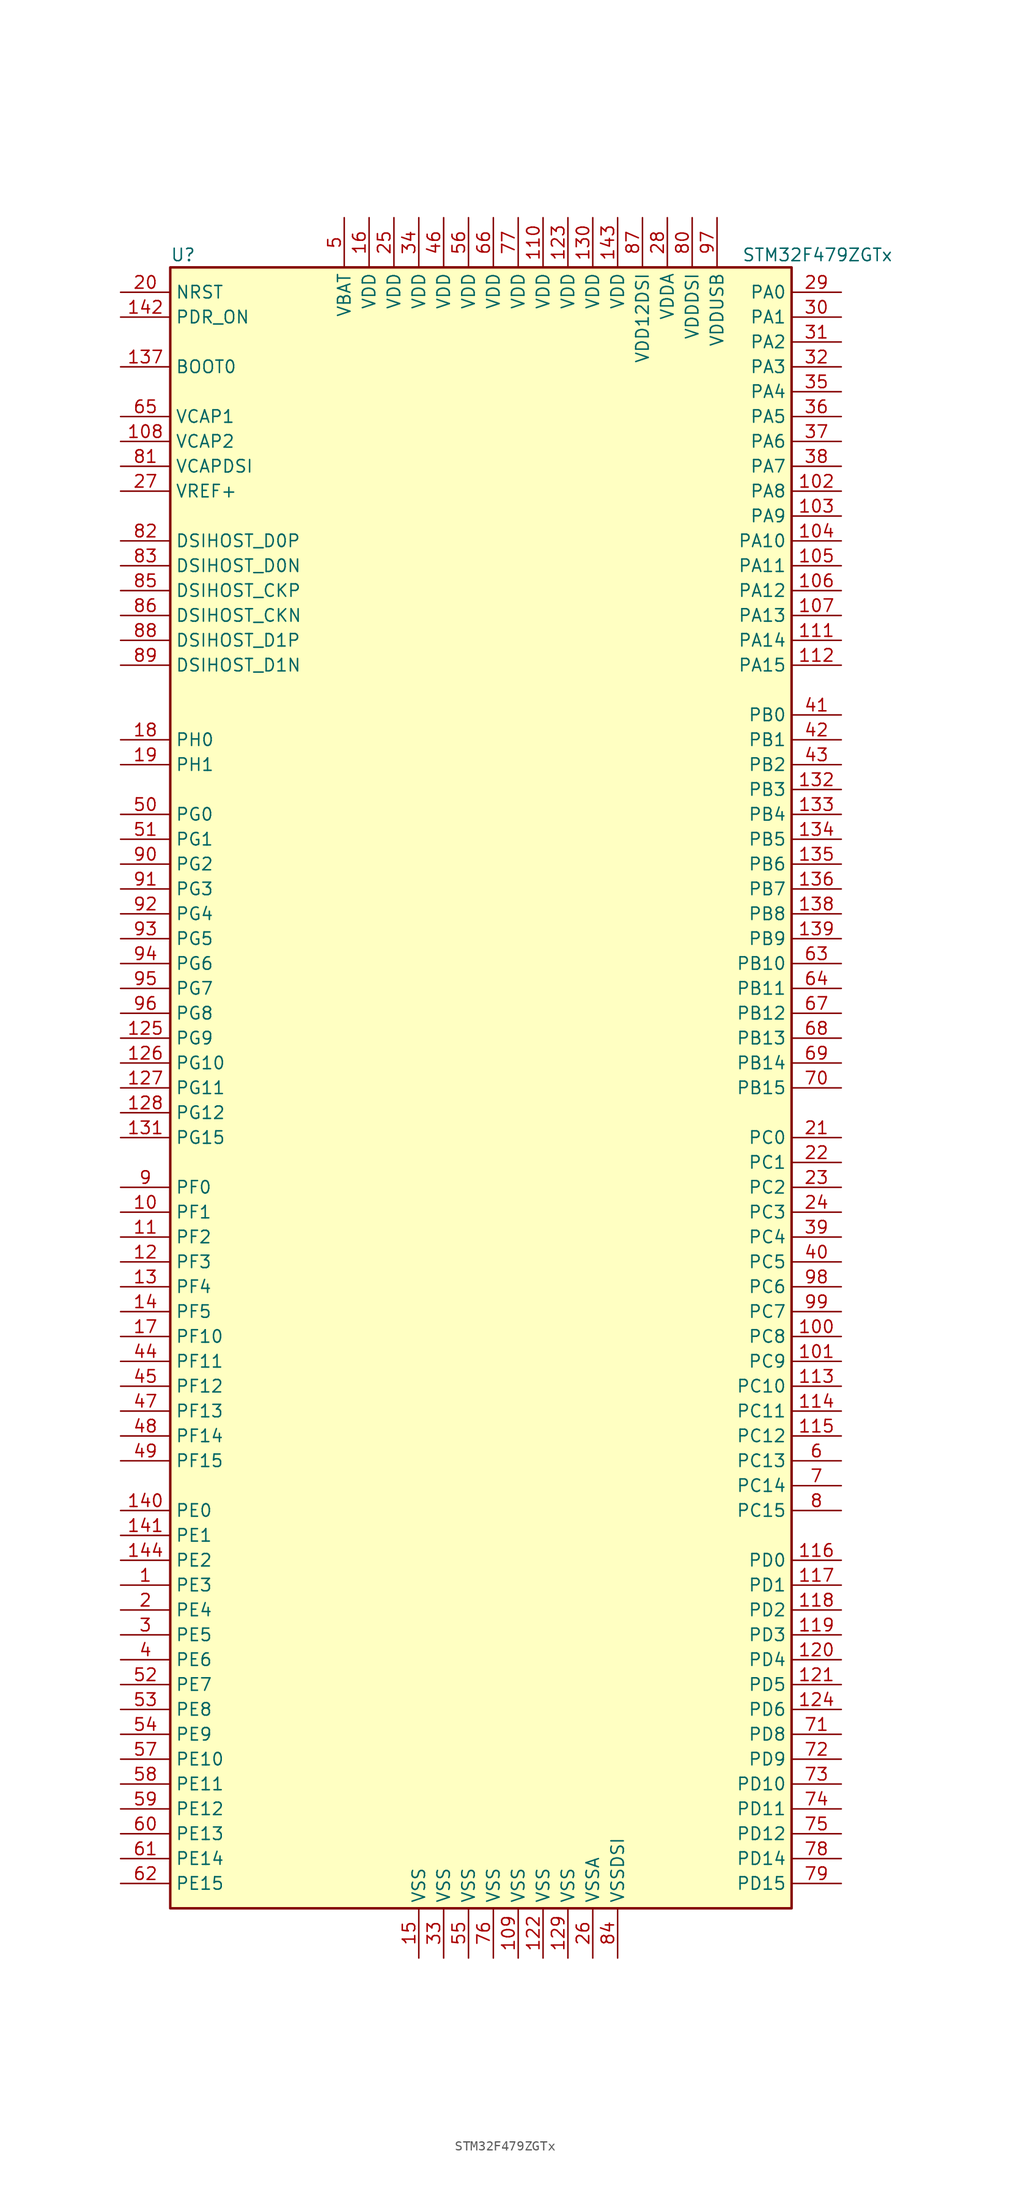
<source format=kicad_sym>
(kicad_symbol_lib
  (version 20201005)
  (generator kicad_symbol_editor)
  (symbol "MCU_ST_STM32F4:STM32F479ZGTx"
    (property "Reference" "U"
      (at -33.02 85.09 0)
      (effects (font (size 1.27 1.27)) (justify left)))
    (property "Value" "STM32F479ZGTx"
      (at 25.4 85.09 0)
      (effects (font (size 1.27 1.27)) (justify left)))
    (symbol "STM32F479ZGTx_0_1"
      (rectangle (start -33.02 -83.82) (end 30.48 83.82) (stroke (width 0.254)) (fill (type background))))
    (symbol "STM32F479ZGTx_1_1"
      (pin input line (at -38.1 73.66 0) (length 5.08) (name "BOOT0" (effects (font (size 1.27 1.27)))) (number "137" (effects (font (size 1.27 1.27)))))
      (pin bidirectional line (at -38.1 48.26 0) (length 5.08) (name "DSIHOST_CKN" (effects (font (size 1.27 1.27)))) (number "86" (effects (font (size 1.27 1.27)))))
      (pin bidirectional line (at -38.1 50.8 0) (length 5.08) (name "DSIHOST_CKP" (effects (font (size 1.27 1.27)))) (number "85" (effects (font (size 1.27 1.27)))))
      (pin bidirectional line (at -38.1 53.34 0) (length 5.08) (name "DSIHOST_D0N" (effects (font (size 1.27 1.27)))) (number "83" (effects (font (size 1.27 1.27)))))
      (pin bidirectional line (at -38.1 55.88 0) (length 5.08) (name "DSIHOST_D0P" (effects (font (size 1.27 1.27)))) (number "82" (effects (font (size 1.27 1.27)))))
      (pin bidirectional line (at -38.1 43.18 0) (length 5.08) (name "DSIHOST_D1N" (effects (font (size 1.27 1.27)))) (number "89" (effects (font (size 1.27 1.27)))))
      (pin bidirectional line (at -38.1 45.72 0) (length 5.08) (name "DSIHOST_D1P" (effects (font (size 1.27 1.27)))) (number "88" (effects (font (size 1.27 1.27)))))
      (pin input line (at -38.1 81.28 0) (length 5.08) (name "NRST" (effects (font (size 1.27 1.27)))) (number "20" (effects (font (size 1.27 1.27)))))
      (pin bidirectional line (at 35.56 81.28 180) (length 5.08) (name "PA0" (effects (font (size 1.27 1.27)))) (number "29" (effects (font (size 1.27 1.27)))))
      (pin bidirectional line (at 35.56 78.74 180) (length 5.08) (name "PA1" (effects (font (size 1.27 1.27)))) (number "30" (effects (font (size 1.27 1.27)))))
      (pin bidirectional line (at 35.56 55.88 180) (length 5.08) (name "PA10" (effects (font (size 1.27 1.27)))) (number "104" (effects (font (size 1.27 1.27)))))
      (pin bidirectional line (at 35.56 53.34 180) (length 5.08) (name "PA11" (effects (font (size 1.27 1.27)))) (number "105" (effects (font (size 1.27 1.27)))))
      (pin bidirectional line (at 35.56 50.8 180) (length 5.08) (name "PA12" (effects (font (size 1.27 1.27)))) (number "106" (effects (font (size 1.27 1.27)))))
      (pin bidirectional line (at 35.56 48.26 180) (length 5.08) (name "PA13" (effects (font (size 1.27 1.27)))) (number "107" (effects (font (size 1.27 1.27)))))
      (pin bidirectional line (at 35.56 45.72 180) (length 5.08) (name "PA14" (effects (font (size 1.27 1.27)))) (number "111" (effects (font (size 1.27 1.27)))))
      (pin bidirectional line (at 35.56 43.18 180) (length 5.08) (name "PA15" (effects (font (size 1.27 1.27)))) (number "112" (effects (font (size 1.27 1.27)))))
      (pin bidirectional line (at 35.56 76.2 180) (length 5.08) (name "PA2" (effects (font (size 1.27 1.27)))) (number "31" (effects (font (size 1.27 1.27)))))
      (pin bidirectional line (at 35.56 73.66 180) (length 5.08) (name "PA3" (effects (font (size 1.27 1.27)))) (number "32" (effects (font (size 1.27 1.27)))))
      (pin bidirectional line (at 35.56 71.12 180) (length 5.08) (name "PA4" (effects (font (size 1.27 1.27)))) (number "35" (effects (font (size 1.27 1.27)))))
      (pin bidirectional line (at 35.56 68.58 180) (length 5.08) (name "PA5" (effects (font (size 1.27 1.27)))) (number "36" (effects (font (size 1.27 1.27)))))
      (pin bidirectional line (at 35.56 66.04 180) (length 5.08) (name "PA6" (effects (font (size 1.27 1.27)))) (number "37" (effects (font (size 1.27 1.27)))))
      (pin bidirectional line (at 35.56 63.5 180) (length 5.08) (name "PA7" (effects (font (size 1.27 1.27)))) (number "38" (effects (font (size 1.27 1.27)))))
      (pin bidirectional line (at 35.56 60.96 180) (length 5.08) (name "PA8" (effects (font (size 1.27 1.27)))) (number "102" (effects (font (size 1.27 1.27)))))
      (pin bidirectional line (at 35.56 58.42 180) (length 5.08) (name "PA9" (effects (font (size 1.27 1.27)))) (number "103" (effects (font (size 1.27 1.27)))))
      (pin bidirectional line (at 35.56 38.1 180) (length 5.08) (name "PB0" (effects (font (size 1.27 1.27)))) (number "41" (effects (font (size 1.27 1.27)))))
      (pin bidirectional line (at 35.56 35.56 180) (length 5.08) (name "PB1" (effects (font (size 1.27 1.27)))) (number "42" (effects (font (size 1.27 1.27)))))
      (pin bidirectional line (at 35.56 12.7 180) (length 5.08) (name "PB10" (effects (font (size 1.27 1.27)))) (number "63" (effects (font (size 1.27 1.27)))))
      (pin bidirectional line (at 35.56 10.16 180) (length 5.08) (name "PB11" (effects (font (size 1.27 1.27)))) (number "64" (effects (font (size 1.27 1.27)))))
      (pin bidirectional line (at 35.56 7.62 180) (length 5.08) (name "PB12" (effects (font (size 1.27 1.27)))) (number "67" (effects (font (size 1.27 1.27)))))
      (pin bidirectional line (at 35.56 5.08 180) (length 5.08) (name "PB13" (effects (font (size 1.27 1.27)))) (number "68" (effects (font (size 1.27 1.27)))))
      (pin bidirectional line (at 35.56 2.54 180) (length 5.08) (name "PB14" (effects (font (size 1.27 1.27)))) (number "69" (effects (font (size 1.27 1.27)))))
      (pin bidirectional line (at 35.56 0 180) (length 5.08) (name "PB15" (effects (font (size 1.27 1.27)))) (number "70" (effects (font (size 1.27 1.27)))))
      (pin bidirectional line (at 35.56 33.02 180) (length 5.08) (name "PB2" (effects (font (size 1.27 1.27)))) (number "43" (effects (font (size 1.27 1.27)))))
      (pin bidirectional line (at 35.56 30.48 180) (length 5.08) (name "PB3" (effects (font (size 1.27 1.27)))) (number "132" (effects (font (size 1.27 1.27)))))
      (pin bidirectional line (at 35.56 27.94 180) (length 5.08) (name "PB4" (effects (font (size 1.27 1.27)))) (number "133" (effects (font (size 1.27 1.27)))))
      (pin bidirectional line (at 35.56 25.4 180) (length 5.08) (name "PB5" (effects (font (size 1.27 1.27)))) (number "134" (effects (font (size 1.27 1.27)))))
      (pin bidirectional line (at 35.56 22.86 180) (length 5.08) (name "PB6" (effects (font (size 1.27 1.27)))) (number "135" (effects (font (size 1.27 1.27)))))
      (pin bidirectional line (at 35.56 20.32 180) (length 5.08) (name "PB7" (effects (font (size 1.27 1.27)))) (number "136" (effects (font (size 1.27 1.27)))))
      (pin bidirectional line (at 35.56 17.78 180) (length 5.08) (name "PB8" (effects (font (size 1.27 1.27)))) (number "138" (effects (font (size 1.27 1.27)))))
      (pin bidirectional line (at 35.56 15.24 180) (length 5.08) (name "PB9" (effects (font (size 1.27 1.27)))) (number "139" (effects (font (size 1.27 1.27)))))
      (pin bidirectional line (at 35.56 -5.08 180) (length 5.08) (name "PC0" (effects (font (size 1.27 1.27)))) (number "21" (effects (font (size 1.27 1.27)))))
      (pin bidirectional line (at 35.56 -7.62 180) (length 5.08) (name "PC1" (effects (font (size 1.27 1.27)))) (number "22" (effects (font (size 1.27 1.27)))))
      (pin bidirectional line (at 35.56 -30.48 180) (length 5.08) (name "PC10" (effects (font (size 1.27 1.27)))) (number "113" (effects (font (size 1.27 1.27)))))
      (pin bidirectional line (at 35.56 -33.02 180) (length 5.08) (name "PC11" (effects (font (size 1.27 1.27)))) (number "114" (effects (font (size 1.27 1.27)))))
      (pin bidirectional line (at 35.56 -35.56 180) (length 5.08) (name "PC12" (effects (font (size 1.27 1.27)))) (number "115" (effects (font (size 1.27 1.27)))))
      (pin bidirectional line (at 35.56 -38.1 180) (length 5.08) (name "PC13" (effects (font (size 1.27 1.27)))) (number "6" (effects (font (size 1.27 1.27)))))
      (pin bidirectional line (at 35.56 -40.64 180) (length 5.08) (name "PC14" (effects (font (size 1.27 1.27)))) (number "7" (effects (font (size 1.27 1.27)))))
      (pin bidirectional line (at 35.56 -43.18 180) (length 5.08) (name "PC15" (effects (font (size 1.27 1.27)))) (number "8" (effects (font (size 1.27 1.27)))))
      (pin bidirectional line (at 35.56 -10.16 180) (length 5.08) (name "PC2" (effects (font (size 1.27 1.27)))) (number "23" (effects (font (size 1.27 1.27)))))
      (pin bidirectional line (at 35.56 -12.7 180) (length 5.08) (name "PC3" (effects (font (size 1.27 1.27)))) (number "24" (effects (font (size 1.27 1.27)))))
      (pin bidirectional line (at 35.56 -15.24 180) (length 5.08) (name "PC4" (effects (font (size 1.27 1.27)))) (number "39" (effects (font (size 1.27 1.27)))))
      (pin bidirectional line (at 35.56 -17.78 180) (length 5.08) (name "PC5" (effects (font (size 1.27 1.27)))) (number "40" (effects (font (size 1.27 1.27)))))
      (pin bidirectional line (at 35.56 -20.32 180) (length 5.08) (name "PC6" (effects (font (size 1.27 1.27)))) (number "98" (effects (font (size 1.27 1.27)))))
      (pin bidirectional line (at 35.56 -22.86 180) (length 5.08) (name "PC7" (effects (font (size 1.27 1.27)))) (number "99" (effects (font (size 1.27 1.27)))))
      (pin bidirectional line (at 35.56 -25.4 180) (length 5.08) (name "PC8" (effects (font (size 1.27 1.27)))) (number "100" (effects (font (size 1.27 1.27)))))
      (pin bidirectional line (at 35.56 -27.94 180) (length 5.08) (name "PC9" (effects (font (size 1.27 1.27)))) (number "101" (effects (font (size 1.27 1.27)))))
      (pin bidirectional line (at 35.56 -48.26 180) (length 5.08) (name "PD0" (effects (font (size 1.27 1.27)))) (number "116" (effects (font (size 1.27 1.27)))))
      (pin bidirectional line (at 35.56 -50.8 180) (length 5.08) (name "PD1" (effects (font (size 1.27 1.27)))) (number "117" (effects (font (size 1.27 1.27)))))
      (pin bidirectional line (at 35.56 -71.12 180) (length 5.08) (name "PD10" (effects (font (size 1.27 1.27)))) (number "73" (effects (font (size 1.27 1.27)))))
      (pin bidirectional line (at 35.56 -73.66 180) (length 5.08) (name "PD11" (effects (font (size 1.27 1.27)))) (number "74" (effects (font (size 1.27 1.27)))))
      (pin bidirectional line (at 35.56 -76.2 180) (length 5.08) (name "PD12" (effects (font (size 1.27 1.27)))) (number "75" (effects (font (size 1.27 1.27)))))
      (pin bidirectional line (at 35.56 -78.74 180) (length 5.08) (name "PD14" (effects (font (size 1.27 1.27)))) (number "78" (effects (font (size 1.27 1.27)))))
      (pin bidirectional line (at 35.56 -81.28 180) (length 5.08) (name "PD15" (effects (font (size 1.27 1.27)))) (number "79" (effects (font (size 1.27 1.27)))))
      (pin bidirectional line (at 35.56 -53.34 180) (length 5.08) (name "PD2" (effects (font (size 1.27 1.27)))) (number "118" (effects (font (size 1.27 1.27)))))
      (pin bidirectional line (at 35.56 -55.88 180) (length 5.08) (name "PD3" (effects (font (size 1.27 1.27)))) (number "119" (effects (font (size 1.27 1.27)))))
      (pin bidirectional line (at 35.56 -58.42 180) (length 5.08) (name "PD4" (effects (font (size 1.27 1.27)))) (number "120" (effects (font (size 1.27 1.27)))))
      (pin bidirectional line (at 35.56 -60.96 180) (length 5.08) (name "PD5" (effects (font (size 1.27 1.27)))) (number "121" (effects (font (size 1.27 1.27)))))
      (pin bidirectional line (at 35.56 -63.5 180) (length 5.08) (name "PD6" (effects (font (size 1.27 1.27)))) (number "124" (effects (font (size 1.27 1.27)))))
      (pin bidirectional line (at 35.56 -66.04 180) (length 5.08) (name "PD8" (effects (font (size 1.27 1.27)))) (number "71" (effects (font (size 1.27 1.27)))))
      (pin bidirectional line (at 35.56 -68.58 180) (length 5.08) (name "PD9" (effects (font (size 1.27 1.27)))) (number "72" (effects (font (size 1.27 1.27)))))
      (pin input line (at -38.1 78.74 0) (length 5.08) (name "PDR_ON" (effects (font (size 1.27 1.27)))) (number "142" (effects (font (size 1.27 1.27)))))
      (pin bidirectional line (at -38.1 -43.18 0) (length 5.08) (name "PE0" (effects (font (size 1.27 1.27)))) (number "140" (effects (font (size 1.27 1.27)))))
      (pin bidirectional line (at -38.1 -45.72 0) (length 5.08) (name "PE1" (effects (font (size 1.27 1.27)))) (number "141" (effects (font (size 1.27 1.27)))))
      (pin bidirectional line (at -38.1 -68.58 0) (length 5.08) (name "PE10" (effects (font (size 1.27 1.27)))) (number "57" (effects (font (size 1.27 1.27)))))
      (pin bidirectional line (at -38.1 -71.12 0) (length 5.08) (name "PE11" (effects (font (size 1.27 1.27)))) (number "58" (effects (font (size 1.27 1.27)))))
      (pin bidirectional line (at -38.1 -73.66 0) (length 5.08) (name "PE12" (effects (font (size 1.27 1.27)))) (number "59" (effects (font (size 1.27 1.27)))))
      (pin bidirectional line (at -38.1 -76.2 0) (length 5.08) (name "PE13" (effects (font (size 1.27 1.27)))) (number "60" (effects (font (size 1.27 1.27)))))
      (pin bidirectional line (at -38.1 -78.74 0) (length 5.08) (name "PE14" (effects (font (size 1.27 1.27)))) (number "61" (effects (font (size 1.27 1.27)))))
      (pin bidirectional line (at -38.1 -81.28 0) (length 5.08) (name "PE15" (effects (font (size 1.27 1.27)))) (number "62" (effects (font (size 1.27 1.27)))))
      (pin bidirectional line (at -38.1 -48.26 0) (length 5.08) (name "PE2" (effects (font (size 1.27 1.27)))) (number "144" (effects (font (size 1.27 1.27)))))
      (pin bidirectional line (at -38.1 -50.8 0) (length 5.08) (name "PE3" (effects (font (size 1.27 1.27)))) (number "1" (effects (font (size 1.27 1.27)))))
      (pin bidirectional line (at -38.1 -53.34 0) (length 5.08) (name "PE4" (effects (font (size 1.27 1.27)))) (number "2" (effects (font (size 1.27 1.27)))))
      (pin bidirectional line (at -38.1 -55.88 0) (length 5.08) (name "PE5" (effects (font (size 1.27 1.27)))) (number "3" (effects (font (size 1.27 1.27)))))
      (pin bidirectional line (at -38.1 -58.42 0) (length 5.08) (name "PE6" (effects (font (size 1.27 1.27)))) (number "4" (effects (font (size 1.27 1.27)))))
      (pin bidirectional line (at -38.1 -60.96 0) (length 5.08) (name "PE7" (effects (font (size 1.27 1.27)))) (number "52" (effects (font (size 1.27 1.27)))))
      (pin bidirectional line (at -38.1 -63.5 0) (length 5.08) (name "PE8" (effects (font (size 1.27 1.27)))) (number "53" (effects (font (size 1.27 1.27)))))
      (pin bidirectional line (at -38.1 -66.04 0) (length 5.08) (name "PE9" (effects (font (size 1.27 1.27)))) (number "54" (effects (font (size 1.27 1.27)))))
      (pin bidirectional line (at -38.1 -10.16 0) (length 5.08) (name "PF0" (effects (font (size 1.27 1.27)))) (number "9" (effects (font (size 1.27 1.27)))))
      (pin bidirectional line (at -38.1 -12.7 0) (length 5.08) (name "PF1" (effects (font (size 1.27 1.27)))) (number "10" (effects (font (size 1.27 1.27)))))
      (pin bidirectional line (at -38.1 -25.4 0) (length 5.08) (name "PF10" (effects (font (size 1.27 1.27)))) (number "17" (effects (font (size 1.27 1.27)))))
      (pin bidirectional line (at -38.1 -27.94 0) (length 5.08) (name "PF11" (effects (font (size 1.27 1.27)))) (number "44" (effects (font (size 1.27 1.27)))))
      (pin bidirectional line (at -38.1 -30.48 0) (length 5.08) (name "PF12" (effects (font (size 1.27 1.27)))) (number "45" (effects (font (size 1.27 1.27)))))
      (pin bidirectional line (at -38.1 -33.02 0) (length 5.08) (name "PF13" (effects (font (size 1.27 1.27)))) (number "47" (effects (font (size 1.27 1.27)))))
      (pin bidirectional line (at -38.1 -35.56 0) (length 5.08) (name "PF14" (effects (font (size 1.27 1.27)))) (number "48" (effects (font (size 1.27 1.27)))))
      (pin bidirectional line (at -38.1 -38.1 0) (length 5.08) (name "PF15" (effects (font (size 1.27 1.27)))) (number "49" (effects (font (size 1.27 1.27)))))
      (pin bidirectional line (at -38.1 -15.24 0) (length 5.08) (name "PF2" (effects (font (size 1.27 1.27)))) (number "11" (effects (font (size 1.27 1.27)))))
      (pin bidirectional line (at -38.1 -17.78 0) (length 5.08) (name "PF3" (effects (font (size 1.27 1.27)))) (number "12" (effects (font (size 1.27 1.27)))))
      (pin bidirectional line (at -38.1 -20.32 0) (length 5.08) (name "PF4" (effects (font (size 1.27 1.27)))) (number "13" (effects (font (size 1.27 1.27)))))
      (pin bidirectional line (at -38.1 -22.86 0) (length 5.08) (name "PF5" (effects (font (size 1.27 1.27)))) (number "14" (effects (font (size 1.27 1.27)))))
      (pin bidirectional line (at -38.1 27.94 0) (length 5.08) (name "PG0" (effects (font (size 1.27 1.27)))) (number "50" (effects (font (size 1.27 1.27)))))
      (pin bidirectional line (at -38.1 25.4 0) (length 5.08) (name "PG1" (effects (font (size 1.27 1.27)))) (number "51" (effects (font (size 1.27 1.27)))))
      (pin bidirectional line (at -38.1 2.54 0) (length 5.08) (name "PG10" (effects (font (size 1.27 1.27)))) (number "126" (effects (font (size 1.27 1.27)))))
      (pin bidirectional line (at -38.1 0 0) (length 5.08) (name "PG11" (effects (font (size 1.27 1.27)))) (number "127" (effects (font (size 1.27 1.27)))))
      (pin bidirectional line (at -38.1 -2.54 0) (length 5.08) (name "PG12" (effects (font (size 1.27 1.27)))) (number "128" (effects (font (size 1.27 1.27)))))
      (pin bidirectional line (at -38.1 -5.08 0) (length 5.08) (name "PG15" (effects (font (size 1.27 1.27)))) (number "131" (effects (font (size 1.27 1.27)))))
      (pin bidirectional line (at -38.1 22.86 0) (length 5.08) (name "PG2" (effects (font (size 1.27 1.27)))) (number "90" (effects (font (size 1.27 1.27)))))
      (pin bidirectional line (at -38.1 20.32 0) (length 5.08) (name "PG3" (effects (font (size 1.27 1.27)))) (number "91" (effects (font (size 1.27 1.27)))))
      (pin bidirectional line (at -38.1 17.78 0) (length 5.08) (name "PG4" (effects (font (size 1.27 1.27)))) (number "92" (effects (font (size 1.27 1.27)))))
      (pin bidirectional line (at -38.1 15.24 0) (length 5.08) (name "PG5" (effects (font (size 1.27 1.27)))) (number "93" (effects (font (size 1.27 1.27)))))
      (pin bidirectional line (at -38.1 12.7 0) (length 5.08) (name "PG6" (effects (font (size 1.27 1.27)))) (number "94" (effects (font (size 1.27 1.27)))))
      (pin bidirectional line (at -38.1 10.16 0) (length 5.08) (name "PG7" (effects (font (size 1.27 1.27)))) (number "95" (effects (font (size 1.27 1.27)))))
      (pin bidirectional line (at -38.1 7.62 0) (length 5.08) (name "PG8" (effects (font (size 1.27 1.27)))) (number "96" (effects (font (size 1.27 1.27)))))
      (pin bidirectional line (at -38.1 5.08 0) (length 5.08) (name "PG9" (effects (font (size 1.27 1.27)))) (number "125" (effects (font (size 1.27 1.27)))))
      (pin input line (at -38.1 35.56 0) (length 5.08) (name "PH0" (effects (font (size 1.27 1.27)))) (number "18" (effects (font (size 1.27 1.27)))))
      (pin input line (at -38.1 33.02 0) (length 5.08) (name "PH1" (effects (font (size 1.27 1.27)))) (number "19" (effects (font (size 1.27 1.27)))))
      (pin power_in line (at -15.24 88.9 270) (length 5.08) (name "VBAT" (effects (font (size 1.27 1.27)))) (number "5" (effects (font (size 1.27 1.27)))))
      (pin power_in line (at -38.1 68.58 0) (length 5.08) (name "VCAP1" (effects (font (size 1.27 1.27)))) (number "65" (effects (font (size 1.27 1.27)))))
      (pin power_in line (at -38.1 66.04 0) (length 5.08) (name "VCAP2" (effects (font (size 1.27 1.27)))) (number "108" (effects (font (size 1.27 1.27)))))
      (pin power_in line (at -38.1 63.5 0) (length 5.08) (name "VCAPDSI" (effects (font (size 1.27 1.27)))) (number "81" (effects (font (size 1.27 1.27)))))
      (pin power_in line (at 5.08 88.9 270) (length 5.08) (name "VDD" (effects (font (size 1.27 1.27)))) (number "110" (effects (font (size 1.27 1.27)))))
      (pin power_in line (at 7.62 88.9 270) (length 5.08) (name "VDD" (effects (font (size 1.27 1.27)))) (number "123" (effects (font (size 1.27 1.27)))))
      (pin power_in line (at 10.16 88.9 270) (length 5.08) (name "VDD" (effects (font (size 1.27 1.27)))) (number "130" (effects (font (size 1.27 1.27)))))
      (pin power_in line (at 12.7 88.9 270) (length 5.08) (name "VDD" (effects (font (size 1.27 1.27)))) (number "143" (effects (font (size 1.27 1.27)))))
      (pin power_in line (at -12.7 88.9 270) (length 5.08) (name "VDD" (effects (font (size 1.27 1.27)))) (number "16" (effects (font (size 1.27 1.27)))))
      (pin power_in line (at -10.16 88.9 270) (length 5.08) (name "VDD" (effects (font (size 1.27 1.27)))) (number "25" (effects (font (size 1.27 1.27)))))
      (pin power_in line (at -7.62 88.9 270) (length 5.08) (name "VDD" (effects (font (size 1.27 1.27)))) (number "34" (effects (font (size 1.27 1.27)))))
      (pin power_in line (at -5.08 88.9 270) (length 5.08) (name "VDD" (effects (font (size 1.27 1.27)))) (number "46" (effects (font (size 1.27 1.27)))))
      (pin power_in line (at -2.54 88.9 270) (length 5.08) (name "VDD" (effects (font (size 1.27 1.27)))) (number "56" (effects (font (size 1.27 1.27)))))
      (pin power_in line (at 0 88.9 270) (length 5.08) (name "VDD" (effects (font (size 1.27 1.27)))) (number "66" (effects (font (size 1.27 1.27)))))
      (pin power_in line (at 2.54 88.9 270) (length 5.08) (name "VDD" (effects (font (size 1.27 1.27)))) (number "77" (effects (font (size 1.27 1.27)))))
      (pin power_in line (at 15.24 88.9 270) (length 5.08) (name "VDD12DSI" (effects (font (size 1.27 1.27)))) (number "87" (effects (font (size 1.27 1.27)))))
      (pin power_in line (at 17.78 88.9 270) (length 5.08) (name "VDDA" (effects (font (size 1.27 1.27)))) (number "28" (effects (font (size 1.27 1.27)))))
      (pin power_in line (at 20.32 88.9 270) (length 5.08) (name "VDDDSI" (effects (font (size 1.27 1.27)))) (number "80" (effects (font (size 1.27 1.27)))))
      (pin power_in line (at 22.86 88.9 270) (length 5.08) (name "VDDUSB" (effects (font (size 1.27 1.27)))) (number "97" (effects (font (size 1.27 1.27)))))
      (pin power_in line (at -38.1 60.96 0) (length 5.08) (name "VREF+" (effects (font (size 1.27 1.27)))) (number "27" (effects (font (size 1.27 1.27)))))
      (pin power_in line (at 2.54 -88.9 90) (length 5.08) (name "VSS" (effects (font (size 1.27 1.27)))) (number "109" (effects (font (size 1.27 1.27)))))
      (pin power_in line (at 5.08 -88.9 90) (length 5.08) (name "VSS" (effects (font (size 1.27 1.27)))) (number "122" (effects (font (size 1.27 1.27)))))
      (pin power_in line (at 7.62 -88.9 90) (length 5.08) (name "VSS" (effects (font (size 1.27 1.27)))) (number "129" (effects (font (size 1.27 1.27)))))
      (pin power_in line (at -7.62 -88.9 90) (length 5.08) (name "VSS" (effects (font (size 1.27 1.27)))) (number "15" (effects (font (size 1.27 1.27)))))
      (pin power_in line (at -5.08 -88.9 90) (length 5.08) (name "VSS" (effects (font (size 1.27 1.27)))) (number "33" (effects (font (size 1.27 1.27)))))
      (pin power_in line (at -2.54 -88.9 90) (length 5.08) (name "VSS" (effects (font (size 1.27 1.27)))) (number "55" (effects (font (size 1.27 1.27)))))
      (pin power_in line (at 0 -88.9 90) (length 5.08) (name "VSS" (effects (font (size 1.27 1.27)))) (number "76" (effects (font (size 1.27 1.27)))))
      (pin power_in line (at 10.16 -88.9 90) (length 5.08) (name "VSSA" (effects (font (size 1.27 1.27)))) (number "26" (effects (font (size 1.27 1.27)))))
      (pin power_in line (at 12.7 -88.9 90) (length 5.08) (name "VSSDSI" (effects (font (size 1.27 1.27)))) (number "84" (effects (font (size 1.27 1.27))))))))
</source>
